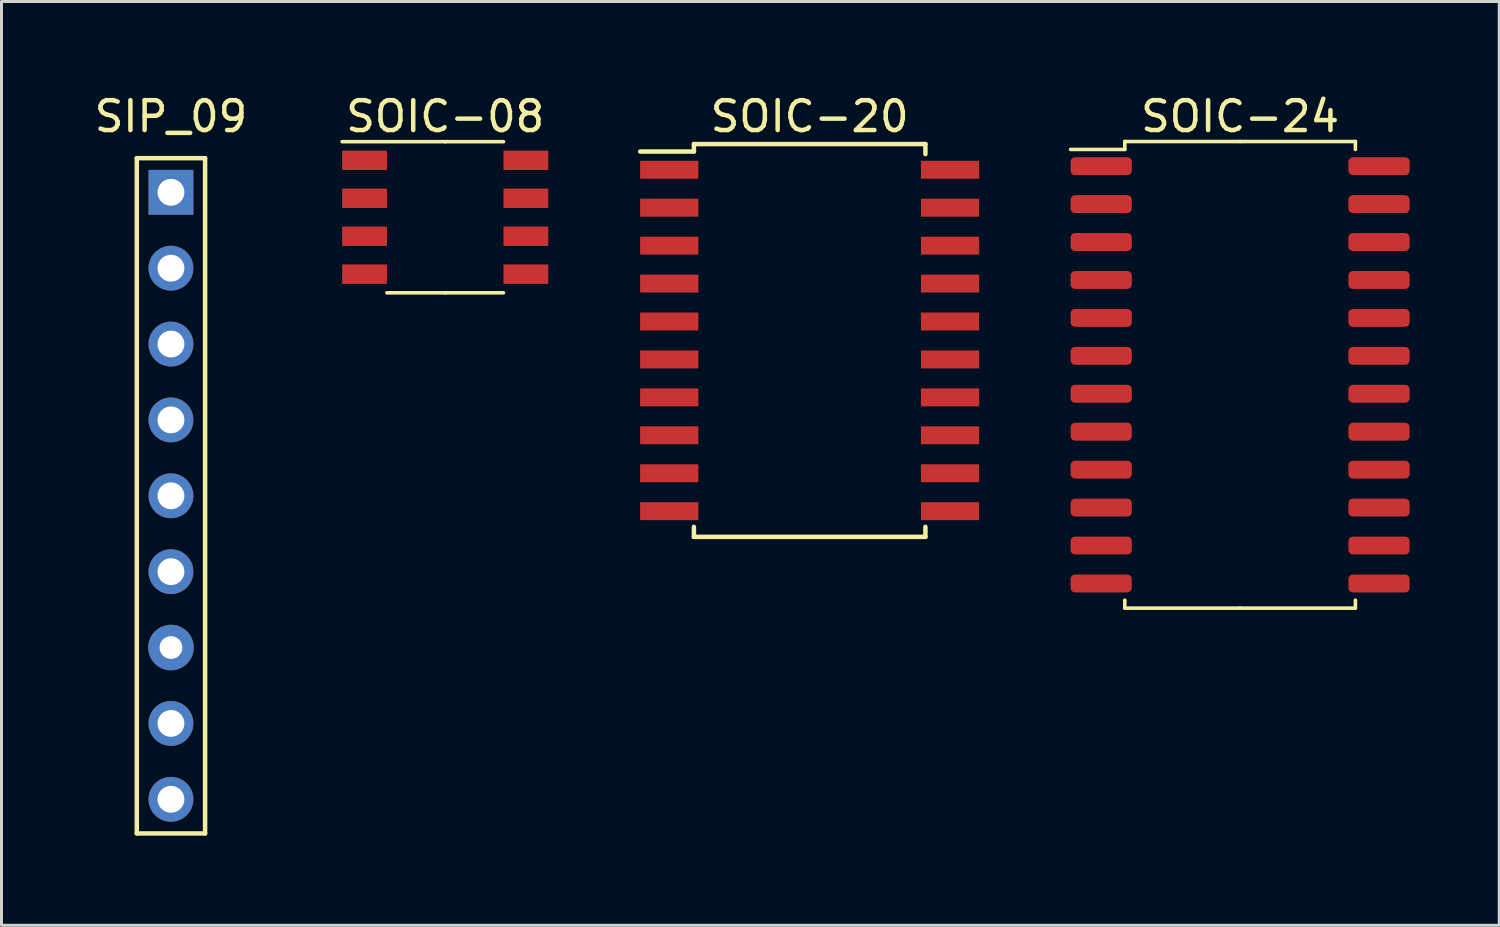
<source format=kicad_pcb>
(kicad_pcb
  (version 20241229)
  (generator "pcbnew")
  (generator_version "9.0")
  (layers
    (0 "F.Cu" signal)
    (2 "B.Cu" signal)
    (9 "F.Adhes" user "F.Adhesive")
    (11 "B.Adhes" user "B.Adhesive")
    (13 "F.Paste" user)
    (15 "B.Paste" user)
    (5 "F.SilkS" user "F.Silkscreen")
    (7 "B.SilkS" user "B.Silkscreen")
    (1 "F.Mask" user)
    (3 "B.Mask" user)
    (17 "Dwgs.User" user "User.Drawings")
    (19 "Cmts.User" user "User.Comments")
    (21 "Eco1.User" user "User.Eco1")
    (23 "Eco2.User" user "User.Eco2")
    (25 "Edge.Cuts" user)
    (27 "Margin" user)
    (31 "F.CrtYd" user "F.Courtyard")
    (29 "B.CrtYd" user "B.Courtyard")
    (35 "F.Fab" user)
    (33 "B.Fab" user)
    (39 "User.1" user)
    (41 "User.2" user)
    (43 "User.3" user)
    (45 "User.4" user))
  (footprint "SOIC-24"
    (layer "F.Cu")
    (at 38.465 9.498)
    (property "Reference" "SOIC-24" (at 0 -8.65 0) (layer "F.SilkS") (effects (font (size 1 1) (thickness 0.15))))
    (attr smd)
    (fp_line (start -3.86 -7.81) (end -3.86 -7.545) (stroke (width 0.12) (type solid)) (layer "F.SilkS"))
    (fp_line (start -3.86 -7.545) (end -5.675 -7.545) (stroke (width 0.12) (type solid)) (layer "F.SilkS"))
    (fp_line (start -3.86 7.81) (end -3.86 7.545) (stroke (width 0.12) (type solid)) (layer "F.SilkS"))
    (fp_line (start 0 -7.81) (end -3.86 -7.81) (stroke (width 0.12) (type solid)) (layer "F.SilkS"))
    (fp_line (start 0 -7.81) (end 3.86 -7.81) (stroke (width 0.12) (type solid)) (layer "F.SilkS"))
    (fp_line (start 0 7.81) (end -3.86 7.81) (stroke (width 0.12) (type solid)) (layer "F.SilkS"))
    (fp_line (start 0 7.81) (end 3.86 7.81) (stroke (width 0.12) (type solid)) (layer "F.SilkS"))
    (fp_line (start 3.86 -7.81) (end 3.86 -7.545) (stroke (width 0.12) (type solid)) (layer "F.SilkS"))
    (fp_line (start 3.86 7.81) (end 3.86 7.545) (stroke (width 0.12) (type solid)) (layer "F.SilkS"))
    (pad "1" smd roundrect (at -4.65 -6.985) (size 2.05 0.6) (layers "F.Cu" "F.Mask" "F.Paste") (roundrect_rratio 0.25))
    (pad "2" smd roundrect (at -4.65 -5.715) (size 2.05 0.6) (layers "F.Cu" "F.Mask" "F.Paste") (roundrect_rratio 0.25))
    (pad "3" smd roundrect (at -4.65 -4.445) (size 2.05 0.6) (layers "F.Cu" "F.Mask" "F.Paste") (roundrect_rratio 0.25))
    (pad "4" smd roundrect (at -4.65 -3.175) (size 2.05 0.6) (layers "F.Cu" "F.Mask" "F.Paste") (roundrect_rratio 0.25))
    (pad "5" smd roundrect (at -4.65 -1.905) (size 2.05 0.6) (layers "F.Cu" "F.Mask" "F.Paste") (roundrect_rratio 0.25))
    (pad "6" smd roundrect (at -4.65 -0.635) (size 2.05 0.6) (layers "F.Cu" "F.Mask" "F.Paste") (roundrect_rratio 0.25))
    (pad "7" smd roundrect (at -4.65 0.635) (size 2.05 0.6) (layers "F.Cu" "F.Mask" "F.Paste") (roundrect_rratio 0.25))
    (pad "8" smd roundrect (at -4.65 1.905) (size 2.05 0.6) (layers "F.Cu" "F.Mask" "F.Paste") (roundrect_rratio 0.25))
    (pad "9" smd roundrect (at -4.65 3.175) (size 2.05 0.6) (layers "F.Cu" "F.Mask" "F.Paste") (roundrect_rratio 0.25))
    (pad "10" smd roundrect (at -4.65 4.445) (size 2.05 0.6) (layers "F.Cu" "F.Mask" "F.Paste") (roundrect_rratio 0.25))
    (pad "11" smd roundrect (at -4.65 5.715) (size 2.05 0.6) (layers "F.Cu" "F.Mask" "F.Paste") (roundrect_rratio 0.25))
    (pad "12" smd roundrect (at -4.65 6.985) (size 2.05 0.6) (layers "F.Cu" "F.Mask" "F.Paste") (roundrect_rratio 0.25))
    (pad "13" smd roundrect (at 4.65 6.985) (size 2.05 0.6) (layers "F.Cu" "F.Mask" "F.Paste") (roundrect_rratio 0.25))
    (pad "14" smd roundrect (at 4.65 5.715) (size 2.05 0.6) (layers "F.Cu" "F.Mask" "F.Paste") (roundrect_rratio 0.25))
    (pad "15" smd roundrect (at 4.65 4.445) (size 2.05 0.6) (layers "F.Cu" "F.Mask" "F.Paste") (roundrect_rratio 0.25))
    (pad "16" smd roundrect (at 4.65 3.175) (size 2.05 0.6) (layers "F.Cu" "F.Mask" "F.Paste") (roundrect_rratio 0.25))
    (pad "17" smd roundrect (at 4.65 1.905) (size 2.05 0.6) (layers "F.Cu" "F.Mask" "F.Paste") (roundrect_rratio 0.25))
    (pad "18" smd roundrect (at 4.65 0.635) (size 2.05 0.6) (layers "F.Cu" "F.Mask" "F.Paste") (roundrect_rratio 0.25))
    (pad "19" smd roundrect (at 4.65 -0.635) (size 2.05 0.6) (layers "F.Cu" "F.Mask" "F.Paste") (roundrect_rratio 0.25))
    (pad "20" smd roundrect (at 4.65 -1.905) (size 2.05 0.6) (layers "F.Cu" "F.Mask" "F.Paste") (roundrect_rratio 0.25))
    (pad "21" smd roundrect (at 4.65 -3.175) (size 2.05 0.6) (layers "F.Cu" "F.Mask" "F.Paste") (roundrect_rratio 0.25))
    (pad "22" smd roundrect (at 4.65 -4.445) (size 2.05 0.6) (layers "F.Cu" "F.Mask" "F.Paste") (roundrect_rratio 0.25))
    (pad "23" smd roundrect (at 4.65 -5.715) (size 2.05 0.6) (layers "F.Cu" "F.Mask" "F.Paste") (roundrect_rratio 0.25))
    (pad "24" smd roundrect (at 4.65 -6.985) (size 2.05 0.6) (layers "F.Cu" "F.Mask" "F.Paste") (roundrect_rratio 0.25)))
  (footprint "SIP_09"
    (layer "F.Cu")
    (at 2.673 3.388)
    (property "Reference" "SIP_09" (at 0 -2.54 0) (layer "F.SilkS") (effects (font (size 1 1) (thickness 0.15))))
    (attr through_hole)
    (fp_line (start -1.143 -1.143) (end 1.143 -1.143) (stroke (width 0.15) (type solid)) (layer "F.SilkS"))
    (fp_line (start -1.143 21.463) (end -1.143 -1.143) (stroke (width 0.15) (type solid)) (layer "F.SilkS"))
    (fp_line (start 1.143 -1.143) (end 1.143 21.463) (stroke (width 0.15) (type solid)) (layer "F.SilkS"))
    (fp_line (start 1.143 21.463) (end -1.143 21.463) (stroke (width 0.15) (type solid)) (layer "F.SilkS"))
    (pad "1" thru_hole rect (at 0 0) (size 1.5 1.5) (drill 0.9) (layers "*.Cu" "*.Mask"))
    (pad "2" thru_hole circle (at 0 2.54) (size 1.5 1.5) (drill 0.9) (layers "*.Cu" "*.Mask"))
    (pad "3" thru_hole circle (at 0 5.08) (size 1.5 1.5) (drill 0.9) (layers "*.Cu" "*.Mask"))
    (pad "4" thru_hole circle (at 0 7.62) (size 1.5 1.5) (drill 0.9) (layers "*.Cu" "*.Mask"))
    (pad "5" thru_hole circle (at 0 10.16) (size 1.5 1.5) (drill 0.9) (layers "*.Cu" "*.Mask"))
    (pad "6" thru_hole circle (at 0 12.7) (size 1.5 1.5) (drill 0.9) (layers "*.Cu" "*.Mask"))
    (pad "7" thru_hole circle (at 0 15.24) (size 1.524 1.524) (drill 0.762) (layers "*.Cu" "*.Mask"))
    (pad "8" thru_hole circle (at 0 17.78) (size 1.5 1.5) (drill 0.9) (layers "*.Cu" "*.Mask"))
    (pad "9" thru_hole circle (at 0 20.32) (size 1.5 1.5) (drill 0.9) (layers "*.Cu" "*.Mask")))
  (footprint "SOIC-08"
    (layer "F.Cu")
    (at 11.855 4.223)
    (property "Reference" "SOIC-08" (at 0 -3.375 0) (layer "F.SilkS") (effects (font (size 1 1) (thickness 0.15))))
    (attr smd)
    (fp_line (start 0 -2.53) (end -3.45 -2.53) (stroke (width 0.12) (type solid)) (layer "F.SilkS"))
    (fp_line (start 0 -2.53) (end 1.95 -2.53) (stroke (width 0.12) (type solid)) (layer "F.SilkS"))
    (fp_line (start 0 2.53) (end -1.95 2.53) (stroke (width 0.12) (type solid)) (layer "F.SilkS"))
    (fp_line (start 0 2.53) (end 1.95 2.53) (stroke (width 0.12) (type solid)) (layer "F.SilkS"))
    (pad "1" smd rect (at -2.7 -1.905 90) (size 0.65 1.5) (layers "F.Cu" "F.Mask" "F.Paste"))
    (pad "2" smd rect (at -2.7 -0.635 90) (size 0.65 1.5) (layers "F.Cu" "F.Mask" "F.Paste"))
    (pad "3" smd rect (at -2.7 0.635 90) (size 0.65 1.5) (layers "F.Cu" "F.Mask" "F.Paste"))
    (pad "4" smd rect (at -2.7 1.905 90) (size 0.65 1.5) (layers "F.Cu" "F.Mask" "F.Paste"))
    (pad "5" smd rect (at 2.7 1.905 90) (size 0.65 1.5) (layers "F.Cu" "F.Mask" "F.Paste"))
    (pad "6" smd rect (at 2.7 0.635 90) (size 0.65 1.5) (layers "F.Cu" "F.Mask" "F.Paste"))
    (pad "7" smd rect (at 2.7 -0.635 90) (size 0.65 1.5) (layers "F.Cu" "F.Mask" "F.Paste"))
    (pad "8" smd rect (at 2.7 -1.905 90) (size 0.65 1.5) (layers "F.Cu" "F.Mask" "F.Paste")))
  (footprint "SOIC-20"
    (layer "F.Cu")
    (at 24.055 8.348)
    (property "Reference" "SOIC-20" (at 0 -7.5 0) (layer "F.SilkS") (effects (font (size 1 1) (thickness 0.15))))
    (attr smd)
    (fp_line (start -3.875 -6.575) (end -3.875 -6.325) (stroke (width 0.15) (type solid)) (layer "F.SilkS"))
    (fp_line (start -3.875 -6.575) (end 3.875 -6.575) (stroke (width 0.15) (type solid)) (layer "F.SilkS"))
    (fp_line (start -3.875 -6.325) (end -5.675 -6.325) (stroke (width 0.15) (type solid)) (layer "F.SilkS"))
    (fp_line (start -3.875 6.575) (end -3.875 6.24) (stroke (width 0.15) (type solid)) (layer "F.SilkS"))
    (fp_line (start -3.875 6.575) (end 3.875 6.575) (stroke (width 0.15) (type solid)) (layer "F.SilkS"))
    (fp_line (start 3.875 -6.575) (end 3.875 -6.24) (stroke (width 0.15) (type solid)) (layer "F.SilkS"))
    (fp_line (start 3.875 6.575) (end 3.875 6.24) (stroke (width 0.15) (type solid)) (layer "F.SilkS"))
    (pad "1" smd rect (at -4.7 -5.715) (size 1.95 0.6) (layers "F.Cu" "F.Mask" "F.Paste"))
    (pad "2" smd rect (at -4.7 -4.445) (size 1.95 0.6) (layers "F.Cu" "F.Mask" "F.Paste"))
    (pad "3" smd rect (at -4.7 -3.175) (size 1.95 0.6) (layers "F.Cu" "F.Mask" "F.Paste"))
    (pad "4" smd rect (at -4.7 -1.905) (size 1.95 0.6) (layers "F.Cu" "F.Mask" "F.Paste"))
    (pad "5" smd rect (at -4.7 -0.635) (size 1.95 0.6) (layers "F.Cu" "F.Mask" "F.Paste"))
    (pad "6" smd rect (at -4.7 0.635) (size 1.95 0.6) (layers "F.Cu" "F.Mask" "F.Paste"))
    (pad "7" smd rect (at -4.7 1.905) (size 1.95 0.6) (layers "F.Cu" "F.Mask" "F.Paste"))
    (pad "8" smd rect (at -4.7 3.175) (size 1.95 0.6) (layers "F.Cu" "F.Mask" "F.Paste"))
    (pad "9" smd rect (at -4.7 4.445) (size 1.95 0.6) (layers "F.Cu" "F.Mask" "F.Paste"))
    (pad "10" smd rect (at -4.7 5.715) (size 1.95 0.6) (layers "F.Cu" "F.Mask" "F.Paste"))
    (pad "11" smd rect (at 4.7 5.715) (size 1.95 0.6) (layers "F.Cu" "F.Mask" "F.Paste"))
    (pad "12" smd rect (at 4.7 4.445) (size 1.95 0.6) (layers "F.Cu" "F.Mask" "F.Paste"))
    (pad "13" smd rect (at 4.7 3.175) (size 1.95 0.6) (layers "F.Cu" "F.Mask" "F.Paste"))
    (pad "14" smd rect (at 4.7 1.905) (size 1.95 0.6) (layers "F.Cu" "F.Mask" "F.Paste"))
    (pad "15" smd rect (at 4.7 0.635) (size 1.95 0.6) (layers "F.Cu" "F.Mask" "F.Paste"))
    (pad "16" smd rect (at 4.7 -0.635) (size 1.95 0.6) (layers "F.Cu" "F.Mask" "F.Paste"))
    (pad "17" smd rect (at 4.7 -1.905) (size 1.95 0.6) (layers "F.Cu" "F.Mask" "F.Paste"))
    (pad "18" smd rect (at 4.7 -3.175) (size 1.95 0.6) (layers "F.Cu" "F.Mask" "F.Paste"))
    (pad "19" smd rect (at 4.7 -4.445) (size 1.95 0.6) (layers "F.Cu" "F.Mask" "F.Paste"))
    (pad "20" smd rect (at 4.7 -5.715) (size 1.95 0.6) (layers "F.Cu" "F.Mask" "F.Paste")))
  (gr_rect
    (start -3 -3)
    (end 47.14 27.926)
    (stroke (width 0.1) (type default))
    (fill no)
    (layer "Edge.Cuts")))
</source>
